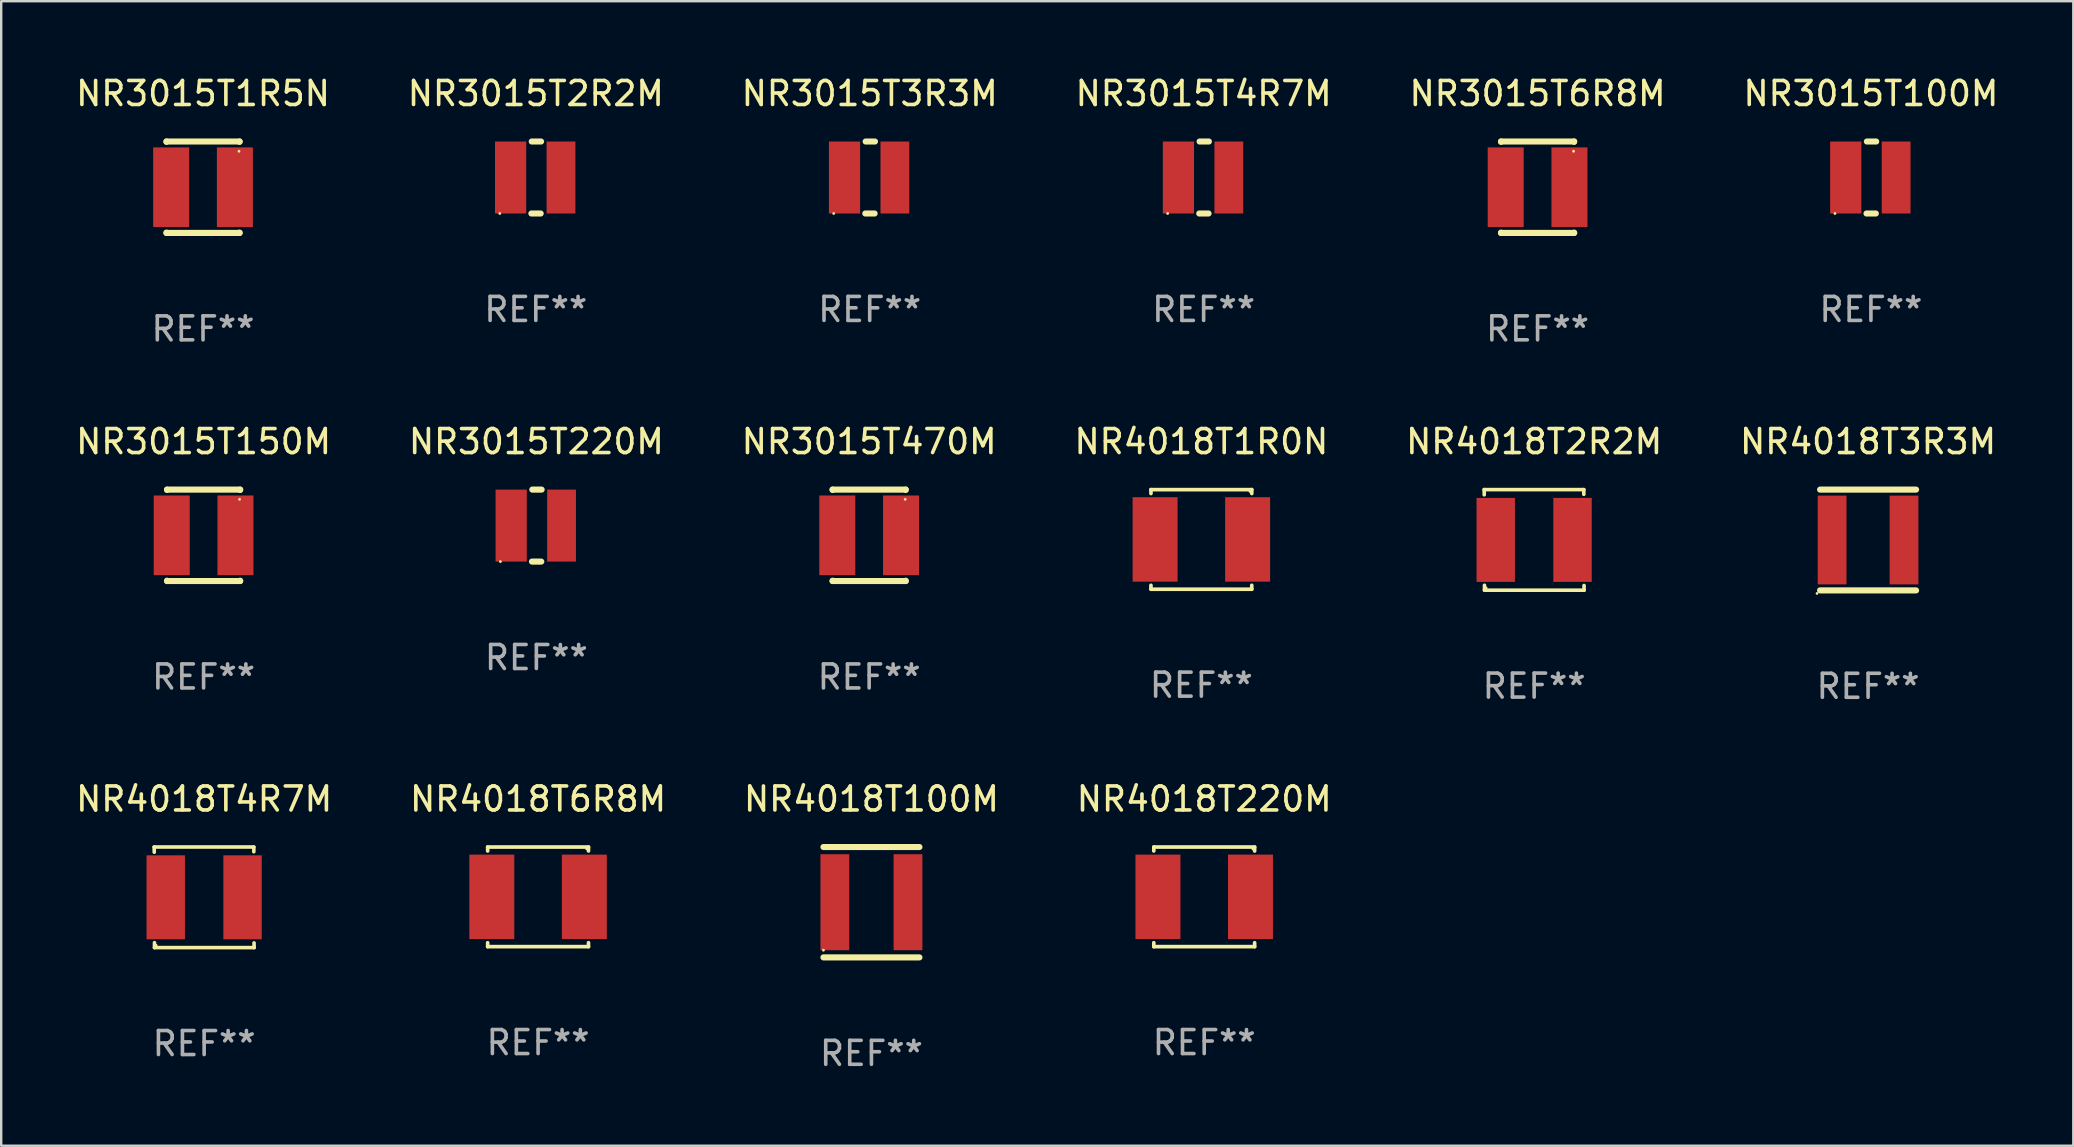
<source format=kicad_pcb>
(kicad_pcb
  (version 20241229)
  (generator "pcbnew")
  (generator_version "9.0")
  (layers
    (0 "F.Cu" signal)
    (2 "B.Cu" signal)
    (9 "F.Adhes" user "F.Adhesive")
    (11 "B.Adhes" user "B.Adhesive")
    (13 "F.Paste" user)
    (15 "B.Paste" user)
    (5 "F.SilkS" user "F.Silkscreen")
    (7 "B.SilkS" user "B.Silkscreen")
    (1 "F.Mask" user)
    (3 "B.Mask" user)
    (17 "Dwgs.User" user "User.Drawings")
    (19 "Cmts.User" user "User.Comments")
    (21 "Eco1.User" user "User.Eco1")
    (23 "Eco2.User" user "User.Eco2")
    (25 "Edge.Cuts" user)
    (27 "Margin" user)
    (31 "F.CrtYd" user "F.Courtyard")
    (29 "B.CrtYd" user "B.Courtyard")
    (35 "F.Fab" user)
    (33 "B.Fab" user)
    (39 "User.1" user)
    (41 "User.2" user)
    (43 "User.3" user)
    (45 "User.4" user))
  (footprint "NR4018T2R2M"
    (layer "F.Cu")
    (at 60.887 19.451)
    (property "Reference" "NR4018T2R2M" (at 0 -4.096 0) (layer "F.SilkS") (effects (font (size 1 1) (thickness 0.15))))
    (attr through_hole)
    (fp_line (start -2.083 -2.096) (end -2.08 -1.88) (stroke (width 0.15) (type solid)) (layer "F.SilkS"))
    (fp_line (start -2.07 1.89) (end -2.07 2.096) (stroke (width 0.15) (type solid)) (layer "F.SilkS"))
    (fp_line (start -2.07 2.096) (end 2.083 2.096) (stroke (width 0.15) (type solid)) (layer "F.SilkS"))
    (fp_line (start 2.07 -1.9) (end 2.07 -2.096) (stroke (width 0.15) (type solid)) (layer "F.SilkS"))
    (fp_line (start 2.07 -2.096) (end -2.083 -2.096) (stroke (width 0.15) (type solid)) (layer "F.SilkS"))
    (fp_line (start 2.083 2.096) (end 2.08 1.9) (stroke (width 0.15) (type solid)) (layer "F.SilkS"))
    (fp_circle (center -2 2) (end -1.97 2) (stroke (width 0.06) (type solid)) (fill no) (layer "F.SilkS"))
    (fp_text user "REF**" (at 0 6.096 0) (layer "F.Fab") (effects (font (size 1 1) (thickness 0.15))))
    (pad "1" smd rect (at -1.6 -0.000343) (size 1.6 3.5) (layers "F.Cu" "F.Mask" "F.Paste"))
    (pad "2" smd rect (at 1.6 -0.000343) (size 1.6 3.5) (layers "F.Cu" "F.Mask" "F.Paste")))
  (footprint "NR4018T6R8M"
    (layer "F.Cu")
    (at 19.375 34.327)
    (property "Reference" "NR4018T6R8M" (at 0 -4.076 0) (layer "F.SilkS") (effects (font (size 1 1) (thickness 0.15))))
    (attr through_hole)
    (fp_line (start -2.101 -2.076) (end 2.101 -2.076) (stroke (width 0.152) (type solid)) (layer "F.SilkS"))
    (fp_line (start -2.101 -1.912) (end -2.101 -2.076) (stroke (width 0.152) (type solid)) (layer "F.SilkS"))
    (fp_line (start -2.101 1.912) (end -2.101 2.076) (stroke (width 0.152) (type solid)) (layer "F.SilkS"))
    (fp_line (start -2.101 2.076) (end 2.101 2.076) (stroke (width 0.152) (type solid)) (layer "F.SilkS"))
    (fp_line (start 2.101 -2.076) (end 2.101 -1.912) (stroke (width 0.152) (type solid)) (layer "F.SilkS"))
    (fp_line (start 2.101 2.076) (end 2.101 1.912) (stroke (width 0.152) (type solid)) (layer "F.SilkS"))
    (fp_circle (center 2.025 -2) (end 2.055 -2) (stroke (width 0.06) (type solid)) (fill no) (layer "F.SilkS"))
    (fp_text user "REF**" (at 0 6.076 0) (layer "F.Fab") (effects (font (size 1 1) (thickness 0.15))))
    (pad "1" smd rect (at 1.928 0) (size 1.874 3.52) (layers "F.Cu" "F.Mask" "F.Paste"))
    (pad "2" smd rect (at -1.928 0) (size 1.874 3.52) (layers "F.Cu" "F.Mask" "F.Paste")))
  (footprint "NR3015T6R8M"
    (layer "F.Cu")
    (at 61.03 4.753)
    (property "Reference" "NR3015T6R8M" (at 0 -3.905 0) (layer "F.SilkS") (effects (font (size 1 1) (thickness 0.15))))
    (attr through_hole)
    (fp_line (start -1.524 -1.905) (end 1.524 -1.905) (stroke (width 0.254) (type solid)) (layer "F.SilkS"))
    (fp_line (start -1.524 -1.891) (end -1.524 -1.905) (stroke (width 0.254) (type solid)) (layer "F.SilkS"))
    (fp_line (start -1.524 1.905) (end -1.524 1.891) (stroke (width 0.254) (type solid)) (layer "F.SilkS"))
    (fp_line (start -1.524 1.905) (end 1.524 1.905) (stroke (width 0.254) (type solid)) (layer "F.SilkS"))
    (fp_line (start 1.524 -1.905) (end 1.524 -1.891) (stroke (width 0.254) (type solid)) (layer "F.SilkS"))
    (fp_line (start 1.524 1.891) (end 1.524 1.905) (stroke (width 0.254) (type solid)) (layer "F.SilkS"))
    (fp_circle (center 1.5 -1.5) (end 1.53 -1.5) (stroke (width 0.06) (type solid)) (fill no) (layer "F.SilkS"))
    (fp_text user "REF**" (at 0 5.905 0) (layer "F.Fab") (effects (font (size 1 1) (thickness 0.15))))
    (pad "1" smd rect (at 1.328 0) (size 1.5 3.32) (layers "F.Cu" "F.Mask" "F.Paste"))
    (pad "2" smd rect (at -1.328 0) (size 1.5 3.32) (layers "F.Cu" "F.Mask" "F.Paste")))
  (footprint "NR3015T2R2M"
    (layer "F.Cu")
    (at 19.28 4.348)
    (property "Reference" "NR3015T2R2M" (at 0 -3.5 0) (layer "F.SilkS") (effects (font (size 1 1) (thickness 0.15))))
    (attr through_hole)
    (fp_line (start -0.184 1.5) (end 0.204 1.5) (stroke (width 0.254) (type solid)) (layer "F.SilkS"))
    (fp_line (start -0.169 -1.5) (end 0.219 -1.5) (stroke (width 0.254) (type solid)) (layer "F.SilkS"))
    (fp_circle (center -1.5 1.5) (end -1.47 1.5) (stroke (width 0.06) (type solid)) (fill no) (layer "F.SilkS"))
    (fp_text user "REF**" (at 0 5.5 0) (layer "F.Fab") (effects (font (size 1 1) (thickness 0.15))))
    (pad "1" smd rect (at -1.05 0) (size 1.3 3) (layers "F.Cu" "F.Mask" "F.Paste"))
    (pad "2" smd rect (at 1.05 0) (size 1.2 3) (layers "F.Cu" "F.Mask" "F.Paste")))
  (footprint "NR4018T1R0N"
    (layer "F.Cu")
    (at 47.018 19.431)
    (property "Reference" "NR4018T1R0N" (at 0 -4.076 0) (layer "F.SilkS") (effects (font (size 1 1) (thickness 0.15))))
    (attr through_hole)
    (fp_line (start -2.101 -2.076) (end 2.101 -2.076) (stroke (width 0.152) (type solid)) (layer "F.SilkS"))
    (fp_line (start -2.101 -1.912) (end -2.101 -2.076) (stroke (width 0.152) (type solid)) (layer "F.SilkS"))
    (fp_line (start -2.101 1.912) (end -2.101 2.076) (stroke (width 0.152) (type solid)) (layer "F.SilkS"))
    (fp_line (start -2.101 2.076) (end 2.101 2.076) (stroke (width 0.152) (type solid)) (layer "F.SilkS"))
    (fp_line (start 2.101 -2.076) (end 2.101 -1.912) (stroke (width 0.152) (type solid)) (layer "F.SilkS"))
    (fp_line (start 2.101 2.076) (end 2.101 1.912) (stroke (width 0.152) (type solid)) (layer "F.SilkS"))
    (fp_circle (center 2.025 -2) (end 2.055 -2) (stroke (width 0.06) (type solid)) (fill no) (layer "F.SilkS"))
    (fp_text user "REF**" (at 0 6.076 0) (layer "F.Fab") (effects (font (size 1 1) (thickness 0.15))))
    (pad "1" smd rect (at 1.928 0) (size 1.874 3.52) (layers "F.Cu" "F.Mask" "F.Paste"))
    (pad "2" smd rect (at -1.928 0) (size 1.874 3.52) (layers "F.Cu" "F.Mask" "F.Paste")))
  (footprint "NR3015T3R3M"
    (layer "F.Cu")
    (at 33.196 4.348)
    (property "Reference" "NR3015T3R3M" (at 0 -3.5 0) (layer "F.SilkS") (effects (font (size 1 1) (thickness 0.15))))
    (attr through_hole)
    (fp_line (start -0.184 1.5) (end 0.204 1.5) (stroke (width 0.254) (type solid)) (layer "F.SilkS"))
    (fp_line (start -0.169 -1.5) (end 0.219 -1.5) (stroke (width 0.254) (type solid)) (layer "F.SilkS"))
    (fp_circle (center -1.5 1.5) (end -1.47 1.5) (stroke (width 0.06) (type solid)) (fill no) (layer "F.SilkS"))
    (fp_text user "REF**" (at 0 5.5 0) (layer "F.Fab") (effects (font (size 1 1) (thickness 0.15))))
    (pad "1" smd rect (at -1.05 0) (size 1.3 3) (layers "F.Cu" "F.Mask" "F.Paste"))
    (pad "2" smd rect (at 1.05 0) (size 1.2 3) (layers "F.Cu" "F.Mask" "F.Paste")))
  (footprint "NR3015T220M"
    (layer "F.Cu")
    (at 19.304 18.855)
    (property "Reference" "NR3015T220M" (at 0 -3.5 0) (layer "F.SilkS") (effects (font (size 1 1) (thickness 0.15))))
    (attr through_hole)
    (fp_line (start -0.184 1.5) (end 0.204 1.5) (stroke (width 0.254) (type solid)) (layer "F.SilkS"))
    (fp_line (start -0.169 -1.5) (end 0.219 -1.5) (stroke (width 0.254) (type solid)) (layer "F.SilkS"))
    (fp_circle (center -1.5 1.5) (end -1.47 1.5) (stroke (width 0.06) (type solid)) (fill no) (layer "F.SilkS"))
    (fp_text user "REF**" (at 0 5.5 0) (layer "F.Fab") (effects (font (size 1 1) (thickness 0.15))))
    (pad "1" smd rect (at -1.05 0) (size 1.3 3) (layers "F.Cu" "F.Mask" "F.Paste"))
    (pad "2" smd rect (at 1.05 0) (size 1.2 3) (layers "F.Cu" "F.Mask" "F.Paste")))
  (footprint "NR4018T220M"
    (layer "F.Cu")
    (at 47.137 34.327)
    (property "Reference" "NR4018T220M" (at 0 -4.076 0) (layer "F.SilkS") (effects (font (size 1 1) (thickness 0.15))))
    (attr through_hole)
    (fp_line (start -2.101 -2.076) (end 2.101 -2.076) (stroke (width 0.152) (type solid)) (layer "F.SilkS"))
    (fp_line (start -2.101 -1.912) (end -2.101 -2.076) (stroke (width 0.152) (type solid)) (layer "F.SilkS"))
    (fp_line (start -2.101 1.912) (end -2.101 2.076) (stroke (width 0.152) (type solid)) (layer "F.SilkS"))
    (fp_line (start -2.101 2.076) (end 2.101 2.076) (stroke (width 0.152) (type solid)) (layer "F.SilkS"))
    (fp_line (start 2.101 -2.076) (end 2.101 -1.912) (stroke (width 0.152) (type solid)) (layer "F.SilkS"))
    (fp_line (start 2.101 2.076) (end 2.101 1.912) (stroke (width 0.152) (type solid)) (layer "F.SilkS"))
    (fp_circle (center 2.025 -2) (end 2.055 -2) (stroke (width 0.06) (type solid)) (fill no) (layer "F.SilkS"))
    (fp_text user "REF**" (at 0 6.076 0) (layer "F.Fab") (effects (font (size 1 1) (thickness 0.15))))
    (pad "1" smd rect (at 1.928 0) (size 1.874 3.52) (layers "F.Cu" "F.Mask" "F.Paste"))
    (pad "2" smd rect (at -1.928 0) (size 1.874 3.52) (layers "F.Cu" "F.Mask" "F.Paste")))
  (footprint "NR4018T3R3M"
    (layer "F.Cu")
    (at 74.804 19.455)
    (property "Reference" "NR4018T3R3M" (at 0 -4.1 0) (layer "F.SilkS") (effects (font (size 1 1) (thickness 0.15))))
    (attr through_hole)
    (fp_line (start -2 -2.1) (end 2 -2.1) (stroke (width 0.254) (type solid)) (layer "F.SilkS"))
    (fp_line (start -2 2.1) (end 2 2.1) (stroke (width 0.254) (type solid)) (layer "F.SilkS"))
    (fp_circle (center -2.127 2.227) (end -2.097 2.227) (stroke (width 0.06) (type solid)) (fill no) (layer "F.SilkS"))
    (fp_text user "REF**" (at 0 6.1 0) (layer "F.Fab") (effects (font (size 1 1) (thickness 0.15))))
    (pad "1" smd rect (at -1.499 0 180) (size 1.2 3.7) (layers "F.Cu" "F.Mask" "F.Paste"))
    (pad "2" smd rect (at 1.499 0 180) (size 1.2 3.7) (layers "F.Cu" "F.Mask" "F.Paste")))
  (footprint "NR4018T4R7M"
    (layer "F.Cu")
    (at 5.458 34.347)
    (property "Reference" "NR4018T4R7M" (at 0 -4.096 0) (layer "F.SilkS") (effects (font (size 1 1) (thickness 0.15))))
    (attr through_hole)
    (fp_line (start -2.083 -2.096) (end -2.08 -1.88) (stroke (width 0.15) (type solid)) (layer "F.SilkS"))
    (fp_line (start -2.07 1.89) (end -2.07 2.096) (stroke (width 0.15) (type solid)) (layer "F.SilkS"))
    (fp_line (start -2.07 2.096) (end 2.083 2.096) (stroke (width 0.15) (type solid)) (layer "F.SilkS"))
    (fp_line (start 2.07 -1.9) (end 2.07 -2.096) (stroke (width 0.15) (type solid)) (layer "F.SilkS"))
    (fp_line (start 2.07 -2.096) (end -2.083 -2.096) (stroke (width 0.15) (type solid)) (layer "F.SilkS"))
    (fp_line (start 2.083 2.096) (end 2.08 1.9) (stroke (width 0.15) (type solid)) (layer "F.SilkS"))
    (fp_circle (center -2 2) (end -1.97 2) (stroke (width 0.06) (type solid)) (fill no) (layer "F.SilkS"))
    (fp_text user "REF**" (at 0 6.096 0) (layer "F.Fab") (effects (font (size 1 1) (thickness 0.15))))
    (pad "1" smd rect (at -1.6 -0.000343) (size 1.6 3.5) (layers "F.Cu" "F.Mask" "F.Paste"))
    (pad "2" smd rect (at 1.6 -0.000343) (size 1.6 3.5) (layers "F.Cu" "F.Mask" "F.Paste")))
  (footprint "NR3015T100M"
    (layer "F.Cu")
    (at 74.923 4.348)
    (property "Reference" "NR3015T100M" (at 0 -3.5 0) (layer "F.SilkS") (effects (font (size 1 1) (thickness 0.15))))
    (attr through_hole)
    (fp_line (start -0.184 1.5) (end 0.204 1.5) (stroke (width 0.254) (type solid)) (layer "F.SilkS"))
    (fp_line (start -0.169 -1.5) (end 0.219 -1.5) (stroke (width 0.254) (type solid)) (layer "F.SilkS"))
    (fp_circle (center -1.5 1.5) (end -1.47 1.5) (stroke (width 0.06) (type solid)) (fill no) (layer "F.SilkS"))
    (fp_text user "REF**" (at 0 5.5 0) (layer "F.Fab") (effects (font (size 1 1) (thickness 0.15))))
    (pad "1" smd rect (at -1.05 0) (size 1.3 3) (layers "F.Cu" "F.Mask" "F.Paste"))
    (pad "2" smd rect (at 1.05 0) (size 1.2 3) (layers "F.Cu" "F.Mask" "F.Paste")))
  (footprint "NR3015T4R7M"
    (layer "F.Cu")
    (at 47.113 4.348)
    (property "Reference" "NR3015T4R7M" (at 0 -3.5 0) (layer "F.SilkS") (effects (font (size 1 1) (thickness 0.15))))
    (attr through_hole)
    (fp_line (start -0.184 1.5) (end 0.204 1.5) (stroke (width 0.254) (type solid)) (layer "F.SilkS"))
    (fp_line (start -0.169 -1.5) (end 0.219 -1.5) (stroke (width 0.254) (type solid)) (layer "F.SilkS"))
    (fp_circle (center -1.5 1.5) (end -1.47 1.5) (stroke (width 0.06) (type solid)) (fill no) (layer "F.SilkS"))
    (fp_text user "REF**" (at 0 5.5 0) (layer "F.Fab") (effects (font (size 1 1) (thickness 0.15))))
    (pad "1" smd rect (at -1.05 0) (size 1.3 3) (layers "F.Cu" "F.Mask" "F.Paste"))
    (pad "2" smd rect (at 1.05 0) (size 1.2 3) (layers "F.Cu" "F.Mask" "F.Paste")))
  (footprint "NR3015T150M"
    (layer "F.Cu")
    (at 5.435 19.26)
    (property "Reference" "NR3015T150M" (at 0 -3.905 0) (layer "F.SilkS") (effects (font (size 1 1) (thickness 0.15))))
    (attr through_hole)
    (fp_line (start -1.524 -1.905) (end 1.524 -1.905) (stroke (width 0.254) (type solid)) (layer "F.SilkS"))
    (fp_line (start -1.524 -1.891) (end -1.524 -1.905) (stroke (width 0.254) (type solid)) (layer "F.SilkS"))
    (fp_line (start -1.524 1.905) (end -1.524 1.891) (stroke (width 0.254) (type solid)) (layer "F.SilkS"))
    (fp_line (start -1.524 1.905) (end 1.524 1.905) (stroke (width 0.254) (type solid)) (layer "F.SilkS"))
    (fp_line (start 1.524 -1.905) (end 1.524 -1.891) (stroke (width 0.254) (type solid)) (layer "F.SilkS"))
    (fp_line (start 1.524 1.891) (end 1.524 1.905) (stroke (width 0.254) (type solid)) (layer "F.SilkS"))
    (fp_circle (center 1.5 -1.5) (end 1.53 -1.5) (stroke (width 0.06) (type solid)) (fill no) (layer "F.SilkS"))
    (fp_text user "REF**" (at 0 5.905 0) (layer "F.Fab") (effects (font (size 1 1) (thickness 0.15))))
    (pad "1" smd rect (at 1.328 0) (size 1.5 3.32) (layers "F.Cu" "F.Mask" "F.Paste"))
    (pad "2" smd rect (at -1.328 0) (size 1.5 3.32) (layers "F.Cu" "F.Mask" "F.Paste")))
  (footprint "NR4018T100M"
    (layer "F.Cu")
    (at 33.268 34.551)
    (property "Reference" "NR4018T100M" (at 0 -4.3 0) (layer "F.SilkS") (effects (font (size 1 1) (thickness 0.15))))
    (attr through_hole)
    (fp_line (start -2 -2.3) (end 2 -2.3) (stroke (width 0.254) (type solid)) (layer "F.SilkS"))
    (fp_line (start -2 2.3) (end 2 2.3) (stroke (width 0.254) (type solid)) (layer "F.SilkS"))
    (fp_circle (center -2 2) (end -1.97 2) (stroke (width 0.06) (type solid)) (fill no) (layer "F.SilkS"))
    (fp_text user "REF**" (at 0 6.3 0) (layer "F.Fab") (effects (font (size 1 1) (thickness 0.15))))
    (pad "1" smd rect (at -1.524 0 90) (size 4 1.2) (layers "F.Cu" "F.Mask" "F.Paste"))
    (pad "2" smd rect (at 1.524 0 90) (size 4 1.2) (layers "F.Cu" "F.Mask" "F.Paste")))
  (footprint "NR3015T1R5N"
    (layer "F.Cu")
    (at 5.411 4.753)
    (property "Reference" "NR3015T1R5N" (at 0 -3.905 0) (layer "F.SilkS") (effects (font (size 1 1) (thickness 0.15))))
    (attr through_hole)
    (fp_line (start -1.524 -1.905) (end 1.524 -1.905) (stroke (width 0.254) (type solid)) (layer "F.SilkS"))
    (fp_line (start -1.524 -1.891) (end -1.524 -1.905) (stroke (width 0.254) (type solid)) (layer "F.SilkS"))
    (fp_line (start -1.524 1.905) (end -1.524 1.891) (stroke (width 0.254) (type solid)) (layer "F.SilkS"))
    (fp_line (start -1.524 1.905) (end 1.524 1.905) (stroke (width 0.254) (type solid)) (layer "F.SilkS"))
    (fp_line (start 1.524 -1.905) (end 1.524 -1.891) (stroke (width 0.254) (type solid)) (layer "F.SilkS"))
    (fp_line (start 1.524 1.891) (end 1.524 1.905) (stroke (width 0.254) (type solid)) (layer "F.SilkS"))
    (fp_circle (center 1.5 -1.5) (end 1.53 -1.5) (stroke (width 0.06) (type solid)) (fill no) (layer "F.SilkS"))
    (fp_text user "REF**" (at 0 5.905 0) (layer "F.Fab") (effects (font (size 1 1) (thickness 0.15))))
    (pad "1" smd rect (at 1.328 0) (size 1.5 3.32) (layers "F.Cu" "F.Mask" "F.Paste"))
    (pad "2" smd rect (at -1.328 0) (size 1.5 3.32) (layers "F.Cu" "F.Mask" "F.Paste")))
  (footprint "NR3015T470M"
    (layer "F.Cu")
    (at 33.173 19.26)
    (property "Reference" "NR3015T470M" (at 0 -3.905 0) (layer "F.SilkS") (effects (font (size 1 1) (thickness 0.15))))
    (attr through_hole)
    (fp_line (start -1.524 -1.905) (end 1.524 -1.905) (stroke (width 0.254) (type solid)) (layer "F.SilkS"))
    (fp_line (start -1.524 -1.891) (end -1.524 -1.905) (stroke (width 0.254) (type solid)) (layer "F.SilkS"))
    (fp_line (start -1.524 1.905) (end -1.524 1.891) (stroke (width 0.254) (type solid)) (layer "F.SilkS"))
    (fp_line (start -1.524 1.905) (end 1.524 1.905) (stroke (width 0.254) (type solid)) (layer "F.SilkS"))
    (fp_line (start 1.524 -1.905) (end 1.524 -1.891) (stroke (width 0.254) (type solid)) (layer "F.SilkS"))
    (fp_line (start 1.524 1.891) (end 1.524 1.905) (stroke (width 0.254) (type solid)) (layer "F.SilkS"))
    (fp_circle (center 1.5 -1.5) (end 1.53 -1.5) (stroke (width 0.06) (type solid)) (fill no) (layer "F.SilkS"))
    (fp_text user "REF**" (at 0 5.905 0) (layer "F.Fab") (effects (font (size 1 1) (thickness 0.15))))
    (pad "1" smd rect (at 1.328 0) (size 1.5 3.32) (layers "F.Cu" "F.Mask" "F.Paste"))
    (pad "2" smd rect (at -1.328 0) (size 1.5 3.32) (layers "F.Cu" "F.Mask" "F.Paste")))
  (gr_rect
    (start -3 -3)
    (end 83.357 44.7)
    (stroke (width 0.1) (type default))
    (fill no)
    (layer "Edge.Cuts")))
</source>
